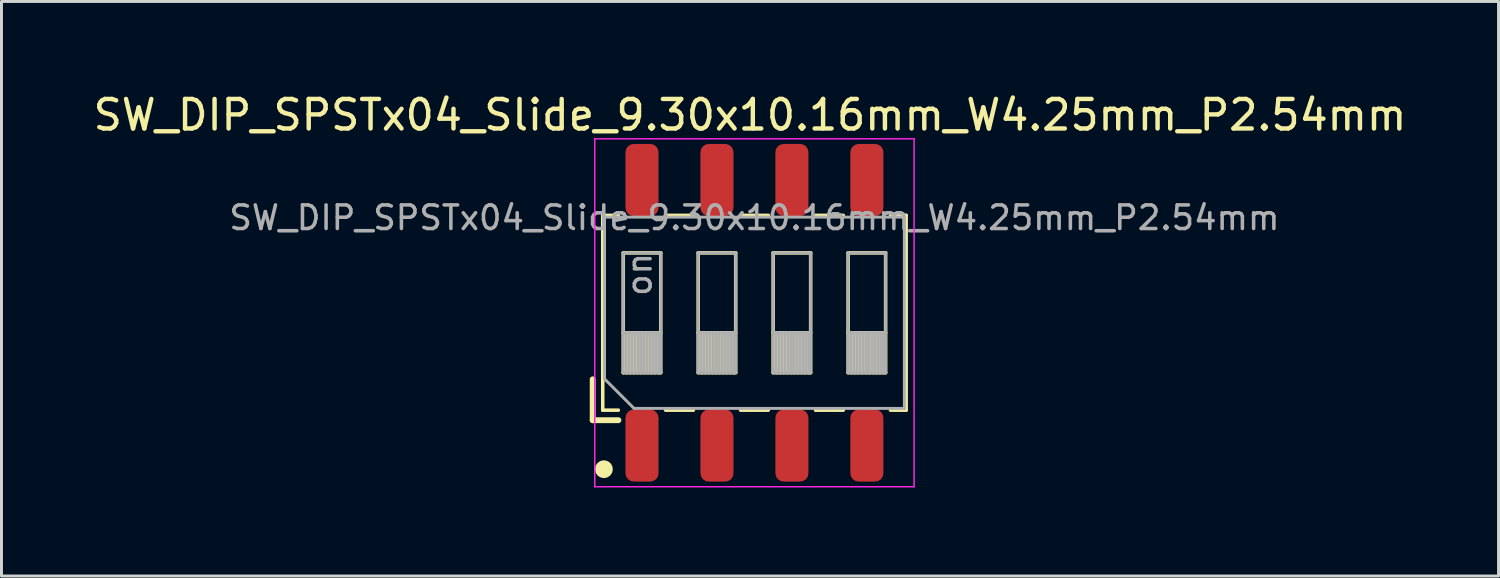
<source format=kicad_pcb>
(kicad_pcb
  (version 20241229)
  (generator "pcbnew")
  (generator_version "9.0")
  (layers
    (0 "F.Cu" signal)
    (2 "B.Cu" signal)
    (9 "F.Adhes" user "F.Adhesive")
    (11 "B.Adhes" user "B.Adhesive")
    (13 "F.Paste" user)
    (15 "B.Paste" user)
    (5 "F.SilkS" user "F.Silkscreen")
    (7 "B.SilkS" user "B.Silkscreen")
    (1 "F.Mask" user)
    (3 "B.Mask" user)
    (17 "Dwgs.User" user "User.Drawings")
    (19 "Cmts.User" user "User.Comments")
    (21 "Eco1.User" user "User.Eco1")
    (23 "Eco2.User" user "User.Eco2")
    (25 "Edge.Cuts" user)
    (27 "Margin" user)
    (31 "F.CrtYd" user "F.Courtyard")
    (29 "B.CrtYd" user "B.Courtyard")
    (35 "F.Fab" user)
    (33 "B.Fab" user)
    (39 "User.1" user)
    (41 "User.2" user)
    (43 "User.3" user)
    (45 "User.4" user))
  (footprint "SW_DIP_SPSTx04_Slide_9.30x10.16mm_W4.25mm_P2.54mm"
    (layer "F.Cu")
    (at 22.363 7.548)
    (property "Reference" "SW_DIP_SPSTx04_Slide_9.30x10.16mm_W4.25mm_P2.54mm" (at 0 -6.7 0) (layer "F.SilkS") (effects (font (size 1 1) (thickness 0.15))))
    (attr smd)
    (fp_line (start -5.33 3.64) (end -5.33 2.256) (stroke (width 0.2) (type solid)) (layer "F.SilkS"))
    (fp_line (start -5.33 3.64) (end -4.46 3.64) (stroke (width 0.2) (type solid)) (layer "F.SilkS"))
    (fp_line (start -4.99 -3.3) (end -4.46 -3.3) (stroke (width 0.12) (type solid)) (layer "F.SilkS"))
    (fp_line (start -4.99 3.3) (end -4.99 -3.3) (stroke (width 0.12) (type solid)) (layer "F.SilkS"))
    (fp_line (start -4.99 3.3) (end -4.46 3.3) (stroke (width 0.12) (type solid)) (layer "F.SilkS"))
    (fp_line (start -4.295 -2.03) (end -4.295 2.03) (stroke (width 0.12) (type solid)) (layer "F.SilkS"))
    (fp_line (start -4.295 0.677) (end -3.025 0.677) (stroke (width 0.12) (type solid)) (layer "F.SilkS"))
    (fp_line (start -4.295 2.03) (end -3.025 2.03) (stroke (width 0.12) (type solid)) (layer "F.SilkS"))
    (fp_line (start -4.175 2.03) (end -4.175 0.677) (stroke (width 0.12) (type solid)) (layer "F.SilkS"))
    (fp_line (start -4.055 2.03) (end -4.055 0.677) (stroke (width 0.12) (type solid)) (layer "F.SilkS"))
    (fp_line (start -3.935 2.03) (end -3.935 0.677) (stroke (width 0.12) (type solid)) (layer "F.SilkS"))
    (fp_line (start -3.815 2.03) (end -3.815 0.677) (stroke (width 0.12) (type solid)) (layer "F.SilkS"))
    (fp_line (start -3.695 2.03) (end -3.695 0.677) (stroke (width 0.12) (type solid)) (layer "F.SilkS"))
    (fp_line (start -3.575 2.03) (end -3.575 0.677) (stroke (width 0.12) (type solid)) (layer "F.SilkS"))
    (fp_line (start -3.455 2.03) (end -3.455 0.677) (stroke (width 0.12) (type solid)) (layer "F.SilkS"))
    (fp_line (start -3.335 2.03) (end -3.335 0.677) (stroke (width 0.12) (type solid)) (layer "F.SilkS"))
    (fp_line (start -3.215 2.03) (end -3.215 0.677) (stroke (width 0.12) (type solid)) (layer "F.SilkS"))
    (fp_line (start -3.095 2.03) (end -3.095 0.677) (stroke (width 0.12) (type solid)) (layer "F.SilkS"))
    (fp_line (start -3.025 -2.03) (end -4.295 -2.03) (stroke (width 0.12) (type solid)) (layer "F.SilkS"))
    (fp_line (start -3.025 2.03) (end -3.025 -2.03) (stroke (width 0.12) (type solid)) (layer "F.SilkS"))
    (fp_line (start -2.86 -3.3) (end -1.92 -3.3) (stroke (width 0.12) (type solid)) (layer "F.SilkS"))
    (fp_line (start -2.86 3.3) (end -1.92 3.3) (stroke (width 0.12) (type solid)) (layer "F.SilkS"))
    (fp_line (start -1.755 -2.03) (end -1.755 2.03) (stroke (width 0.12) (type solid)) (layer "F.SilkS"))
    (fp_line (start -1.755 0.677) (end -0.485 0.677) (stroke (width 0.12) (type solid)) (layer "F.SilkS"))
    (fp_line (start -1.755 2.03) (end -0.485 2.03) (stroke (width 0.12) (type solid)) (layer "F.SilkS"))
    (fp_line (start -1.635 2.03) (end -1.635 0.677) (stroke (width 0.12) (type solid)) (layer "F.SilkS"))
    (fp_line (start -1.515 2.03) (end -1.515 0.677) (stroke (width 0.12) (type solid)) (layer "F.SilkS"))
    (fp_line (start -1.395 2.03) (end -1.395 0.677) (stroke (width 0.12) (type solid)) (layer "F.SilkS"))
    (fp_line (start -1.275 2.03) (end -1.275 0.677) (stroke (width 0.12) (type solid)) (layer "F.SilkS"))
    (fp_line (start -1.155 2.03) (end -1.155 0.677) (stroke (width 0.12) (type solid)) (layer "F.SilkS"))
    (fp_line (start -1.035 2.03) (end -1.035 0.677) (stroke (width 0.12) (type solid)) (layer "F.SilkS"))
    (fp_line (start -0.915 2.03) (end -0.915 0.677) (stroke (width 0.12) (type solid)) (layer "F.SilkS"))
    (fp_line (start -0.795 2.03) (end -0.795 0.677) (stroke (width 0.12) (type solid)) (layer "F.SilkS"))
    (fp_line (start -0.675 2.03) (end -0.675 0.677) (stroke (width 0.12) (type solid)) (layer "F.SilkS"))
    (fp_line (start -0.555 2.03) (end -0.555 0.677) (stroke (width 0.12) (type solid)) (layer "F.SilkS"))
    (fp_line (start -0.485 -2.03) (end -1.755 -2.03) (stroke (width 0.12) (type solid)) (layer "F.SilkS"))
    (fp_line (start -0.485 2.03) (end -0.485 -2.03) (stroke (width 0.12) (type solid)) (layer "F.SilkS"))
    (fp_line (start -0.32 -3.3) (end 0.62 -3.3) (stroke (width 0.12) (type solid)) (layer "F.SilkS"))
    (fp_line (start -0.32 3.3) (end 0.62 3.3) (stroke (width 0.12) (type solid)) (layer "F.SilkS"))
    (fp_line (start 0.785 -2.03) (end 0.785 2.03) (stroke (width 0.12) (type solid)) (layer "F.SilkS"))
    (fp_line (start 0.785 0.677) (end 2.055 0.677) (stroke (width 0.12) (type solid)) (layer "F.SilkS"))
    (fp_line (start 0.785 2.03) (end 2.055 2.03) (stroke (width 0.12) (type solid)) (layer "F.SilkS"))
    (fp_line (start 0.905 2.03) (end 0.905 0.677) (stroke (width 0.12) (type solid)) (layer "F.SilkS"))
    (fp_line (start 1.025 2.03) (end 1.025 0.677) (stroke (width 0.12) (type solid)) (layer "F.SilkS"))
    (fp_line (start 1.145 2.03) (end 1.145 0.677) (stroke (width 0.12) (type solid)) (layer "F.SilkS"))
    (fp_line (start 1.265 2.03) (end 1.265 0.677) (stroke (width 0.12) (type solid)) (layer "F.SilkS"))
    (fp_line (start 1.385 2.03) (end 1.385 0.677) (stroke (width 0.12) (type solid)) (layer "F.SilkS"))
    (fp_line (start 1.505 2.03) (end 1.505 0.677) (stroke (width 0.12) (type solid)) (layer "F.SilkS"))
    (fp_line (start 1.625 2.03) (end 1.625 0.677) (stroke (width 0.12) (type solid)) (layer "F.SilkS"))
    (fp_line (start 1.745 2.03) (end 1.745 0.677) (stroke (width 0.12) (type solid)) (layer "F.SilkS"))
    (fp_line (start 1.865 2.03) (end 1.865 0.677) (stroke (width 0.12) (type solid)) (layer "F.SilkS"))
    (fp_line (start 1.985 2.03) (end 1.985 0.677) (stroke (width 0.12) (type solid)) (layer "F.SilkS"))
    (fp_line (start 2.055 -2.03) (end 0.785 -2.03) (stroke (width 0.12) (type solid)) (layer "F.SilkS"))
    (fp_line (start 2.055 2.03) (end 2.055 -2.03) (stroke (width 0.12) (type solid)) (layer "F.SilkS"))
    (fp_line (start 2.22 -3.3) (end 3.16 -3.3) (stroke (width 0.12) (type solid)) (layer "F.SilkS"))
    (fp_line (start 2.22 3.3) (end 3.16 3.3) (stroke (width 0.12) (type solid)) (layer "F.SilkS"))
    (fp_line (start 3.325 -2.03) (end 3.325 2.03) (stroke (width 0.12) (type solid)) (layer "F.SilkS"))
    (fp_line (start 3.325 0.677) (end 4.595 0.677) (stroke (width 0.12) (type solid)) (layer "F.SilkS"))
    (fp_line (start 3.325 2.03) (end 4.595 2.03) (stroke (width 0.12) (type solid)) (layer "F.SilkS"))
    (fp_line (start 3.445 2.03) (end 3.445 0.677) (stroke (width 0.12) (type solid)) (layer "F.SilkS"))
    (fp_line (start 3.565 2.03) (end 3.565 0.677) (stroke (width 0.12) (type solid)) (layer "F.SilkS"))
    (fp_line (start 3.685 2.03) (end 3.685 0.677) (stroke (width 0.12) (type solid)) (layer "F.SilkS"))
    (fp_line (start 3.805 2.03) (end 3.805 0.677) (stroke (width 0.12) (type solid)) (layer "F.SilkS"))
    (fp_line (start 3.925 2.03) (end 3.925 0.677) (stroke (width 0.12) (type solid)) (layer "F.SilkS"))
    (fp_line (start 4.045 2.03) (end 4.045 0.677) (stroke (width 0.12) (type solid)) (layer "F.SilkS"))
    (fp_line (start 4.165 2.03) (end 4.165 0.677) (stroke (width 0.12) (type solid)) (layer "F.SilkS"))
    (fp_line (start 4.285 2.03) (end 4.285 0.677) (stroke (width 0.12) (type solid)) (layer "F.SilkS"))
    (fp_line (start 4.405 2.03) (end 4.405 0.677) (stroke (width 0.12) (type solid)) (layer "F.SilkS"))
    (fp_line (start 4.525 2.03) (end 4.525 0.677) (stroke (width 0.12) (type solid)) (layer "F.SilkS"))
    (fp_line (start 4.595 -2.03) (end 3.325 -2.03) (stroke (width 0.12) (type solid)) (layer "F.SilkS"))
    (fp_line (start 4.595 2.03) (end 4.595 -2.03) (stroke (width 0.12) (type solid)) (layer "F.SilkS"))
    (fp_line (start 4.76 -3.3) (end 5.29 -3.3) (stroke (width 0.12) (type solid)) (layer "F.SilkS"))
    (fp_line (start 4.76 3.3) (end 5.29 3.3) (stroke (width 0.12) (type solid)) (layer "F.SilkS"))
    (fp_line (start 5.29 3.3) (end 5.29 -3.3) (stroke (width 0.12) (type solid)) (layer "F.SilkS"))
    (fp_circle (center -4.95 5.3) (end -4.95 5.15) (stroke (width 0.3) (type solid)) (fill no) (layer "F.SilkS"))
    (fp_line (start -5.26 -5.9) (end -5.26 5.895) (stroke (width 0.05) (type solid)) (layer "F.CrtYd"))
    (fp_line (start -5.26 5.895) (end 5.56 5.895) (stroke (width 0.05) (type solid)) (layer "F.CrtYd"))
    (fp_line (start 5.56 -5.895) (end -5.26 -5.895) (stroke (width 0.05) (type solid)) (layer "F.CrtYd"))
    (fp_line (start 5.56 5.895) (end 5.56 -5.895) (stroke (width 0.05) (type solid)) (layer "F.CrtYd"))
    (fp_line (start -4.93 -3.24) (end 5.23 -3.24) (stroke (width 0.1) (type solid)) (layer "F.Fab"))
    (fp_line (start -4.93 2.24) (end -4.93 -3.24) (stroke (width 0.1) (type solid)) (layer "F.Fab"))
    (fp_line (start -4.295 -2.03) (end -4.295 2.03) (stroke (width 0.1) (type solid)) (layer "F.Fab"))
    (fp_line (start -4.295 0.677) (end -3.025 0.677) (stroke (width 0.1) (type solid)) (layer "F.Fab"))
    (fp_line (start -4.295 2.03) (end -3.025 2.03) (stroke (width 0.1) (type solid)) (layer "F.Fab"))
    (fp_line (start -4.195 2.03) (end -4.195 0.677) (stroke (width 0.1) (type solid)) (layer "F.Fab"))
    (fp_line (start -4.095 2.03) (end -4.095 0.677) (stroke (width 0.1) (type solid)) (layer "F.Fab"))
    (fp_line (start -3.995 2.03) (end -3.995 0.677) (stroke (width 0.1) (type solid)) (layer "F.Fab"))
    (fp_line (start -3.93 3.24) (end -4.93 2.24) (stroke (width 0.1) (type solid)) (layer "F.Fab"))
    (fp_line (start -3.895 2.03) (end -3.895 0.677) (stroke (width 0.1) (type solid)) (layer "F.Fab"))
    (fp_line (start -3.795 2.03) (end -3.795 0.677) (stroke (width 0.1) (type solid)) (layer "F.Fab"))
    (fp_line (start -3.695 2.03) (end -3.695 0.677) (stroke (width 0.1) (type solid)) (layer "F.Fab"))
    (fp_line (start -3.595 2.03) (end -3.595 0.677) (stroke (width 0.1) (type solid)) (layer "F.Fab"))
    (fp_line (start -3.495 2.03) (end -3.495 0.677) (stroke (width 0.1) (type solid)) (layer "F.Fab"))
    (fp_line (start -3.395 2.03) (end -3.395 0.677) (stroke (width 0.1) (type solid)) (layer "F.Fab"))
    (fp_line (start -3.295 2.03) (end -3.295 0.677) (stroke (width 0.1) (type solid)) (layer "F.Fab"))
    (fp_line (start -3.195 2.03) (end -3.195 0.677) (stroke (width 0.1) (type solid)) (layer "F.Fab"))
    (fp_line (start -3.095 2.03) (end -3.095 0.677) (stroke (width 0.1) (type solid)) (layer "F.Fab"))
    (fp_line (start -3.025 -2.03) (end -4.295 -2.03) (stroke (width 0.1) (type solid)) (layer "F.Fab"))
    (fp_line (start -3.025 2.03) (end -3.025 -2.03) (stroke (width 0.1) (type solid)) (layer "F.Fab"))
    (fp_line (start -1.755 -2.03) (end -1.755 2.03) (stroke (width 0.1) (type solid)) (layer "F.Fab"))
    (fp_line (start -1.755 0.677) (end -0.485 0.677) (stroke (width 0.1) (type solid)) (layer "F.Fab"))
    (fp_line (start -1.755 2.03) (end -0.485 2.03) (stroke (width 0.1) (type solid)) (layer "F.Fab"))
    (fp_line (start -1.655 2.03) (end -1.655 0.677) (stroke (width 0.1) (type solid)) (layer "F.Fab"))
    (fp_line (start -1.555 2.03) (end -1.555 0.677) (stroke (width 0.1) (type solid)) (layer "F.Fab"))
    (fp_line (start -1.455 2.03) (end -1.455 0.677) (stroke (width 0.1) (type solid)) (layer "F.Fab"))
    (fp_line (start -1.355 2.03) (end -1.355 0.677) (stroke (width 0.1) (type solid)) (layer "F.Fab"))
    (fp_line (start -1.255 2.03) (end -1.255 0.677) (stroke (width 0.1) (type solid)) (layer "F.Fab"))
    (fp_line (start -1.155 2.03) (end -1.155 0.677) (stroke (width 0.1) (type solid)) (layer "F.Fab"))
    (fp_line (start -1.055 2.03) (end -1.055 0.677) (stroke (width 0.1) (type solid)) (layer "F.Fab"))
    (fp_line (start -0.955 2.03) (end -0.955 0.677) (stroke (width 0.1) (type solid)) (layer "F.Fab"))
    (fp_line (start -0.855 2.03) (end -0.855 0.677) (stroke (width 0.1) (type solid)) (layer "F.Fab"))
    (fp_line (start -0.755 2.03) (end -0.755 0.677) (stroke (width 0.1) (type solid)) (layer "F.Fab"))
    (fp_line (start -0.655 2.03) (end -0.655 0.677) (stroke (width 0.1) (type solid)) (layer "F.Fab"))
    (fp_line (start -0.555 2.03) (end -0.555 0.677) (stroke (width 0.1) (type solid)) (layer "F.Fab"))
    (fp_line (start -0.485 -2.03) (end -1.755 -2.03) (stroke (width 0.1) (type solid)) (layer "F.Fab"))
    (fp_line (start -0.485 2.03) (end -0.485 -2.03) (stroke (width 0.1) (type solid)) (layer "F.Fab"))
    (fp_line (start 0.785 -2.03) (end 0.785 2.03) (stroke (width 0.1) (type solid)) (layer "F.Fab"))
    (fp_line (start 0.785 0.677) (end 2.055 0.677) (stroke (width 0.1) (type solid)) (layer "F.Fab"))
    (fp_line (start 0.785 2.03) (end 2.055 2.03) (stroke (width 0.1) (type solid)) (layer "F.Fab"))
    (fp_line (start 0.885 2.03) (end 0.885 0.677) (stroke (width 0.1) (type solid)) (layer "F.Fab"))
    (fp_line (start 0.985 2.03) (end 0.985 0.677) (stroke (width 0.1) (type solid)) (layer "F.Fab"))
    (fp_line (start 1.085 2.03) (end 1.085 0.677) (stroke (width 0.1) (type solid)) (layer "F.Fab"))
    (fp_line (start 1.185 2.03) (end 1.185 0.677) (stroke (width 0.1) (type solid)) (layer "F.Fab"))
    (fp_line (start 1.285 2.03) (end 1.285 0.677) (stroke (width 0.1) (type solid)) (layer "F.Fab"))
    (fp_line (start 1.385 2.03) (end 1.385 0.677) (stroke (width 0.1) (type solid)) (layer "F.Fab"))
    (fp_line (start 1.485 2.03) (end 1.485 0.677) (stroke (width 0.1) (type solid)) (layer "F.Fab"))
    (fp_line (start 1.585 2.03) (end 1.585 0.677) (stroke (width 0.1) (type solid)) (layer "F.Fab"))
    (fp_line (start 1.685 2.03) (end 1.685 0.677) (stroke (width 0.1) (type solid)) (layer "F.Fab"))
    (fp_line (start 1.785 2.03) (end 1.785 0.677) (stroke (width 0.1) (type solid)) (layer "F.Fab"))
    (fp_line (start 1.885 2.03) (end 1.885 0.677) (stroke (width 0.1) (type solid)) (layer "F.Fab"))
    (fp_line (start 1.985 2.03) (end 1.985 0.677) (stroke (width 0.1) (type solid)) (layer "F.Fab"))
    (fp_line (start 2.055 -2.03) (end 0.785 -2.03) (stroke (width 0.1) (type solid)) (layer "F.Fab"))
    (fp_line (start 2.055 2.03) (end 2.055 -2.03) (stroke (width 0.1) (type solid)) (layer "F.Fab"))
    (fp_line (start 3.325 -2.03) (end 3.325 2.03) (stroke (width 0.1) (type solid)) (layer "F.Fab"))
    (fp_line (start 3.325 0.677) (end 4.595 0.677) (stroke (width 0.1) (type solid)) (layer "F.Fab"))
    (fp_line (start 3.325 2.03) (end 4.595 2.03) (stroke (width 0.1) (type solid)) (layer "F.Fab"))
    (fp_line (start 3.425 2.03) (end 3.425 0.677) (stroke (width 0.1) (type solid)) (layer "F.Fab"))
    (fp_line (start 3.525 2.03) (end 3.525 0.677) (stroke (width 0.1) (type solid)) (layer "F.Fab"))
    (fp_line (start 3.625 2.03) (end 3.625 0.677) (stroke (width 0.1) (type solid)) (layer "F.Fab"))
    (fp_line (start 3.725 2.03) (end 3.725 0.677) (stroke (width 0.1) (type solid)) (layer "F.Fab"))
    (fp_line (start 3.825 2.03) (end 3.825 0.677) (stroke (width 0.1) (type solid)) (layer "F.Fab"))
    (fp_line (start 3.925 2.03) (end 3.925 0.677) (stroke (width 0.1) (type solid)) (layer "F.Fab"))
    (fp_line (start 4.025 2.03) (end 4.025 0.677) (stroke (width 0.1) (type solid)) (layer "F.Fab"))
    (fp_line (start 4.125 2.03) (end 4.125 0.677) (stroke (width 0.1) (type solid)) (layer "F.Fab"))
    (fp_line (start 4.225 2.03) (end 4.225 0.677) (stroke (width 0.1) (type solid)) (layer "F.Fab"))
    (fp_line (start 4.325 2.03) (end 4.325 0.677) (stroke (width 0.1) (type solid)) (layer "F.Fab"))
    (fp_line (start 4.425 2.03) (end 4.425 0.677) (stroke (width 0.1) (type solid)) (layer "F.Fab"))
    (fp_line (start 4.525 2.03) (end 4.525 0.677) (stroke (width 0.1) (type solid)) (layer "F.Fab"))
    (fp_line (start 4.595 -2.03) (end 3.325 -2.03) (stroke (width 0.1) (type solid)) (layer "F.Fab"))
    (fp_line (start 4.595 2.03) (end 4.595 -2.03) (stroke (width 0.1) (type solid)) (layer "F.Fab"))
    (fp_line (start 5.23 -3.24) (end 5.23 3.24) (stroke (width 0.1) (type solid)) (layer "F.Fab"))
    (fp_line (start 5.23 3.24) (end -3.93 3.24) (stroke (width 0.1) (type solid)) (layer "F.Fab"))
    (fp_text user "${REFERENCE}" (at 0.15 -3.22 180) (layer "F.Fab") (effects (font (size 0.8 0.8) (thickness 0.12))))
    (fp_text user "on" (at -3.75 -1.3 90) (layer "F.Fab") (effects (font (size 0.8 0.8) (thickness 0.12))))
    (pad "1" smd roundrect (at -3.66 4.5 90) (size 2.44 1.12) (layers "F.Cu" "F.Mask" "F.Paste") (roundrect_rratio 0.25))
    (pad "2" smd roundrect (at -1.12 4.5 90) (size 2.44 1.12) (layers "F.Cu" "F.Mask" "F.Paste") (roundrect_rratio 0.25))
    (pad "3" smd roundrect (at 1.42 4.5 90) (size 2.44 1.12) (layers "F.Cu" "F.Mask" "F.Paste") (roundrect_rratio 0.25))
    (pad "4" smd roundrect (at 3.96 4.5 90) (size 2.44 1.12) (layers "F.Cu" "F.Mask" "F.Paste") (roundrect_rratio 0.25))
    (pad "5" smd roundrect (at 3.96 -4.5 90) (size 2.44 1.12) (layers "F.Cu" "F.Mask" "F.Paste") (roundrect_rratio 0.25))
    (pad "6" smd roundrect (at 1.42 -4.5 90) (size 2.44 1.12) (layers "F.Cu" "F.Mask" "F.Paste") (roundrect_rratio 0.25))
    (pad "7" smd roundrect (at -1.12 -4.5 90) (size 2.44 1.12) (layers "F.Cu" "F.Mask" "F.Paste") (roundrect_rratio 0.25))
    (pad "8" smd roundrect (at -3.66 -4.5 90) (size 2.44 1.12) (layers "F.Cu" "F.Mask" "F.Paste") (roundrect_rratio 0.25)))
  (gr_rect
    (start -3 -3)
    (end 47.726 16.468)
    (stroke (width 0.1) (type default))
    (fill no)
    (layer "Edge.Cuts")))
</source>
